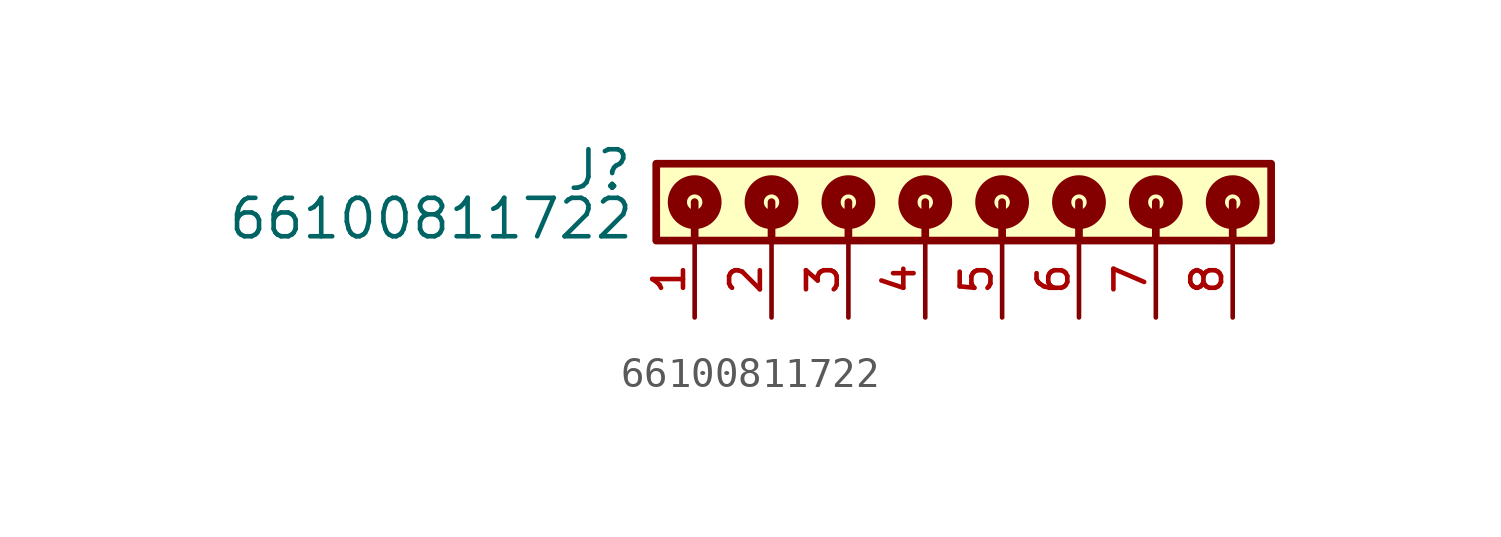
<source format=kicad_sym>
(kicad_symbol_lib
  (version 20211014)
  (generator kicad_symbol_editor)
  (symbol "66100811722"
    (pin_names
      (offset 1.016))
    (property "Reference" "J"
      (at -9.64 -0.955 0)
      (effects (font (size 1.27 1.27)) (justify bottom right)))
    (property "Value" "66100811722"
      (at -9.58 -2.56 0)
      (effects (font (size 1.27 1.27)) (justify bottom right)))
    (symbol "66100811722_0_0"
      (polyline (pts (xy -7.62 -1.27) (xy -7.62 -2.54)) (stroke (width 0.254)))
      (polyline (pts (xy -5.08 -1.27) (xy -5.08 -2.54)) (stroke (width 0.254)))
      (polyline (pts (xy -2.54 -1.27) (xy -2.54 -2.54)) (stroke (width 0.254)))
      (polyline (pts (xy 0.0 -1.27) (xy 0.0 -2.54)) (stroke (width 0.254)))
      (polyline (pts (xy 2.54 -1.27) (xy 2.54 -2.54)) (stroke (width 0.254)))
      (polyline (pts (xy 5.08 -1.27) (xy 5.08 -2.54)) (stroke (width 0.254)))
      (polyline (pts (xy 7.62 -1.27) (xy 7.62 -2.54)) (stroke (width 0.254)))
      (polyline (pts (xy 10.16 -1.27) (xy 10.16 -2.54)) (stroke (width 0.254)))
      (circle (center -7.62 -1.27) (radius 0.254) (stroke (width 0.635)) (fill (type none)))
      (circle (center -5.08 -1.27) (radius 0.254) (stroke (width 0.635)) (fill (type none)))
      (circle (center -2.54 -1.27) (radius 0.254) (stroke (width 0.635)) (fill (type none)))
      (circle (center 0.0 -1.27) (radius 0.254) (stroke (width 0.635)) (fill (type none)))
      (circle (center 2.54 -1.27) (radius 0.254) (stroke (width 0.635)) (fill (type none)))
      (circle (center 5.08 -1.27) (radius 0.254) (stroke (width 0.635)) (fill (type none)))
      (circle (center 7.62 -1.27) (radius 0.254) (stroke (width 0.635)) (fill (type none)))
      (circle (center 10.16 -1.27) (radius 0.254) (stroke (width 0.635)) (fill (type none)))
      (rectangle (start -8.89 -2.54) (end 11.43 0.0) (stroke (width 0.254)) (fill (type background)))
      (pin passive line (at -7.62 -5.08 90.0) (length 2.54) (name "~" (effects (font (size 1.016 1.016)))) (number "1" (effects (font (size 1.016 1.016)))))
      (pin passive line (at -5.08 -5.08 90.0) (length 2.54) (name "~" (effects (font (size 1.016 1.016)))) (number "2" (effects (font (size 1.016 1.016)))))
      (pin passive line (at -2.54 -5.08 90.0) (length 2.54) (name "~" (effects (font (size 1.016 1.016)))) (number "3" (effects (font (size 1.016 1.016)))))
      (pin passive line (at 0.0 -5.08 90.0) (length 2.54) (name "~" (effects (font (size 1.016 1.016)))) (number "4" (effects (font (size 1.016 1.016)))))
      (pin passive line (at 2.54 -5.08 90.0) (length 2.54) (name "~" (effects (font (size 1.016 1.016)))) (number "5" (effects (font (size 1.016 1.016)))))
      (pin passive line (at 5.08 -5.08 90.0) (length 2.54) (name "~" (effects (font (size 1.016 1.016)))) (number "6" (effects (font (size 1.016 1.016)))))
      (pin passive line (at 7.62 -5.08 90.0) (length 2.54) (name "~" (effects (font (size 1.016 1.016)))) (number "7" (effects (font (size 1.016 1.016)))))
      (pin passive line (at 10.16 -5.08 90.0) (length 2.54) (name "~" (effects (font (size 1.016 1.016)))) (number "8" (effects (font (size 1.016 1.016))))))))
</source>
